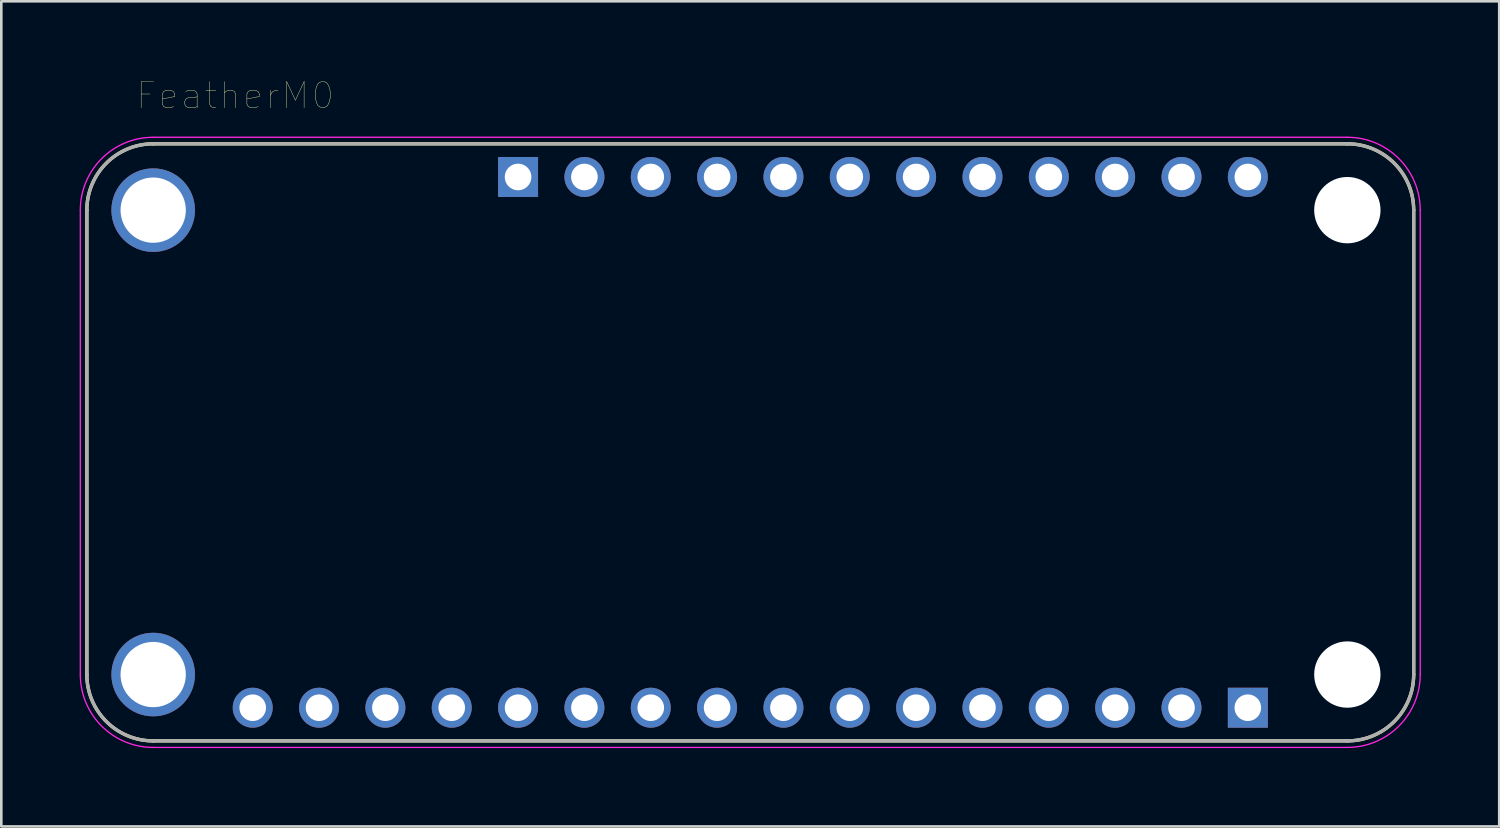
<source format=kicad_pcb>
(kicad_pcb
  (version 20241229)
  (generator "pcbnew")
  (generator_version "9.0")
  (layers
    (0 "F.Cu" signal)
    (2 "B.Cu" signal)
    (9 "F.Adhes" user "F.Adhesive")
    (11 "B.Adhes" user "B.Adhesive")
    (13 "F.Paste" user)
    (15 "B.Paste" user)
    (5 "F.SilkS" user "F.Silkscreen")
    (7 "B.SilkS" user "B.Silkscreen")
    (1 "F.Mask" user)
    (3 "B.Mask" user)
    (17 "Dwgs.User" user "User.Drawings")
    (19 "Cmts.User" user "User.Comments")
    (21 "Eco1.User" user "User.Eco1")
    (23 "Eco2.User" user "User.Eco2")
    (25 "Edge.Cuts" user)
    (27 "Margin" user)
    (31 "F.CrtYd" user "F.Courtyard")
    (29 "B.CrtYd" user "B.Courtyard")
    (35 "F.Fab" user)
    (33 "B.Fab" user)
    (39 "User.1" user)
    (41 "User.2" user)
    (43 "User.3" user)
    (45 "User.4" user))
  (footprint "FeatherM0"
    (layer "F.Cu")
    (at 25.675 13.886)
    (property "Reference" "FeatherM0" (at -19.725 -13.275 0) (layer "F.SilkS") (effects (font (size 1 1) (thickness 0.015))))
    (attr through_hole)
    (fp_line (start -25.4 8.89) (end -25.4 -8.89) (stroke (width 0.127) (type solid)) (layer "F.SilkS"))
    (fp_line (start -22.86 -11.43) (end 22.86 -11.43) (stroke (width 0.127) (type solid)) (layer "F.SilkS"))
    (fp_line (start 22.86 11.43) (end -22.86 11.43) (stroke (width 0.127) (type solid)) (layer "F.SilkS"))
    (fp_line (start 25.4 -8.89) (end 25.4 8.89) (stroke (width 0.127) (type solid)) (layer "F.SilkS"))
    (fp_arc (start -25.4 -8.89) (mid -24.656051 -10.686051) (end -22.86 -11.43) (stroke (width 0.127) (type solid)) (layer "F.SilkS"))
    (fp_arc (start -22.86 11.43) (mid -24.656051 10.686051) (end -25.4 8.89) (stroke (width 0.127) (type solid)) (layer "F.SilkS"))
    (fp_arc (start 22.86 -11.43) (mid 24.656051 -10.686051) (end 25.4 -8.89) (stroke (width 0.127) (type solid)) (layer "F.SilkS"))
    (fp_arc (start 25.4 8.89) (mid 24.656051 10.686051) (end 22.86 11.43) (stroke (width 0.127) (type solid)) (layer "F.SilkS"))
    (fp_line (start -25.65 -8.89) (end -25.65 8.89) (stroke (width 0.05) (type solid)) (layer "F.CrtYd"))
    (fp_line (start -22.86 11.68) (end 22.86 11.68) (stroke (width 0.05) (type solid)) (layer "F.CrtYd"))
    (fp_line (start 22.86 -11.68) (end -22.86 -11.68) (stroke (width 0.05) (type solid)) (layer "F.CrtYd"))
    (fp_line (start 25.65 8.89) (end 25.65 -8.89) (stroke (width 0.05) (type solid)) (layer "F.CrtYd"))
    (fp_arc (start -25.65 -8.89) (mid -24.832828 -10.862828) (end -22.86 -11.68) (stroke (width 0.05) (type solid)) (layer "F.CrtYd"))
    (fp_arc (start -22.86 11.68) (mid -24.832828 10.862828) (end -25.65 8.89) (stroke (width 0.05) (type solid)) (layer "F.CrtYd"))
    (fp_arc (start 22.86 -11.68) (mid 24.832828 -10.862828) (end 25.65 -8.89) (stroke (width 0.05) (type solid)) (layer "F.CrtYd"))
    (fp_arc (start 25.65 8.89) (mid 24.832828 10.862828) (end 22.86 11.68) (stroke (width 0.05) (type solid)) (layer "F.CrtYd"))
    (fp_line (start -25.4 8.89) (end -25.4 -8.89) (stroke (width 0.127) (type solid)) (layer "F.Fab"))
    (fp_line (start -22.86 -11.43) (end 22.86 -11.43) (stroke (width 0.127) (type solid)) (layer "F.Fab"))
    (fp_line (start 22.86 11.43) (end -22.86 11.43) (stroke (width 0.127) (type solid)) (layer "F.Fab"))
    (fp_line (start 25.4 -8.89) (end 25.4 8.89) (stroke (width 0.127) (type solid)) (layer "F.Fab"))
    (fp_arc (start -25.4 -8.89) (mid -24.656051 -10.686051) (end -22.86 -11.43) (stroke (width 0.127) (type solid)) (layer "F.Fab"))
    (fp_arc (start -22.86 11.43) (mid -24.656051 10.686051) (end -25.4 8.89) (stroke (width 0.127) (type solid)) (layer "F.Fab"))
    (fp_arc (start 22.86 -11.43) (mid 24.656051 -10.686051) (end 25.4 -8.89) (stroke (width 0.127) (type solid)) (layer "F.Fab"))
    (fp_arc (start 25.4 8.89) (mid 24.656051 10.686051) (end 22.86 11.43) (stroke (width 0.127) (type solid)) (layer "F.Fab"))
    (pad "" np_thru_hole circle (at 22.86 -8.89) (size 2.54 2.54) (drill 2.54) (layers "*.Cu" "*.Mask"))
    (pad "" np_thru_hole circle (at 22.86 8.89) (size 2.54 2.54) (drill 2.54) (layers "*.Cu" "*.Mask"))
    (pad "P$1" thru_hole circle (at -22.86 -8.89) (size 3.2 3.2) (drill 2.5) (layers "*.Cu" "*.Mask"))
    (pad "P$2" thru_hole circle (at -22.86 8.89) (size 3.2 3.2) (drill 2.5) (layers "*.Cu" "*.Mask"))
    (pad "P1_1" thru_hole rect (at 19.05 10.16) (size 1.53 1.53) (drill 1.02) (layers "*.Cu" "*.Mask"))
    (pad "P1_2" thru_hole circle (at 16.51 10.16) (size 1.53 1.53) (drill 1.02) (layers "*.Cu" "*.Mask"))
    (pad "P1_3" thru_hole circle (at 13.97 10.16) (size 1.53 1.53) (drill 1.02) (layers "*.Cu" "*.Mask"))
    (pad "P1_4" thru_hole circle (at 11.43 10.16) (size 1.53 1.53) (drill 1.02) (layers "*.Cu" "*.Mask"))
    (pad "P1_5" thru_hole circle (at 8.89 10.16) (size 1.53 1.53) (drill 1.02) (layers "*.Cu" "*.Mask"))
    (pad "P1_6" thru_hole circle (at 6.35 10.16) (size 1.53 1.53) (drill 1.02) (layers "*.Cu" "*.Mask"))
    (pad "P1_7" thru_hole circle (at 3.81 10.16) (size 1.53 1.53) (drill 1.02) (layers "*.Cu" "*.Mask"))
    (pad "P1_8" thru_hole circle (at 1.27 10.16) (size 1.53 1.53) (drill 1.02) (layers "*.Cu" "*.Mask"))
    (pad "P1_9" thru_hole circle (at -1.27 10.16) (size 1.53 1.53) (drill 1.02) (layers "*.Cu" "*.Mask"))
    (pad "P1_10" thru_hole circle (at -3.81 10.16) (size 1.53 1.53) (drill 1.02) (layers "*.Cu" "*.Mask"))
    (pad "P1_11" thru_hole circle (at -6.35 10.16) (size 1.53 1.53) (drill 1.02) (layers "*.Cu" "*.Mask"))
    (pad "P1_12" thru_hole circle (at -8.89 10.16) (size 1.53 1.53) (drill 1.02) (layers "*.Cu" "*.Mask"))
    (pad "P1_13" thru_hole circle (at -11.43 10.16) (size 1.53 1.53) (drill 1.02) (layers "*.Cu" "*.Mask"))
    (pad "P1_14" thru_hole circle (at -13.97 10.16) (size 1.53 1.53) (drill 1.02) (layers "*.Cu" "*.Mask"))
    (pad "P1_15" thru_hole circle (at -16.51 10.16) (size 1.53 1.53) (drill 1.02) (layers "*.Cu" "*.Mask"))
    (pad "P1_16" thru_hole circle (at -19.05 10.16) (size 1.53 1.53) (drill 1.02) (layers "*.Cu" "*.Mask"))
    (pad "P2_1" thru_hole rect (at -8.89 -10.16) (size 1.53 1.53) (drill 1.02) (layers "*.Cu" "*.Mask"))
    (pad "P2_2" thru_hole circle (at -6.35 -10.16) (size 1.53 1.53) (drill 1.02) (layers "*.Cu" "*.Mask"))
    (pad "P2_3" thru_hole circle (at -3.81 -10.16) (size 1.53 1.53) (drill 1.02) (layers "*.Cu" "*.Mask"))
    (pad "P2_4" thru_hole circle (at -1.27 -10.16) (size 1.53 1.53) (drill 1.02) (layers "*.Cu" "*.Mask"))
    (pad "P2_5" thru_hole circle (at 1.27 -10.16) (size 1.53 1.53) (drill 1.02) (layers "*.Cu" "*.Mask"))
    (pad "P2_6" thru_hole circle (at 3.81 -10.16) (size 1.53 1.53) (drill 1.02) (layers "*.Cu" "*.Mask"))
    (pad "P2_7" thru_hole circle (at 6.35 -10.16) (size 1.53 1.53) (drill 1.02) (layers "*.Cu" "*.Mask"))
    (pad "P2_8" thru_hole circle (at 8.89 -10.16) (size 1.53 1.53) (drill 1.02) (layers "*.Cu" "*.Mask"))
    (pad "P2_9" thru_hole circle (at 11.43 -10.16) (size 1.53 1.53) (drill 1.02) (layers "*.Cu" "*.Mask"))
    (pad "P2_10" thru_hole circle (at 13.97 -10.16) (size 1.53 1.53) (drill 1.02) (layers "*.Cu" "*.Mask"))
    (pad "P2_11" thru_hole circle (at 16.51 -10.16) (size 1.53 1.53) (drill 1.02) (layers "*.Cu" "*.Mask"))
    (pad "P2_12" thru_hole circle (at 19.05 -10.16) (size 1.53 1.53) (drill 1.02) (layers "*.Cu" "*.Mask")))
  (gr_rect
    (start -3 -3)
    (end 54.35 28.591)
    (stroke (width 0.1) (type default))
    (fill no)
    (layer "Edge.Cuts")))
</source>
